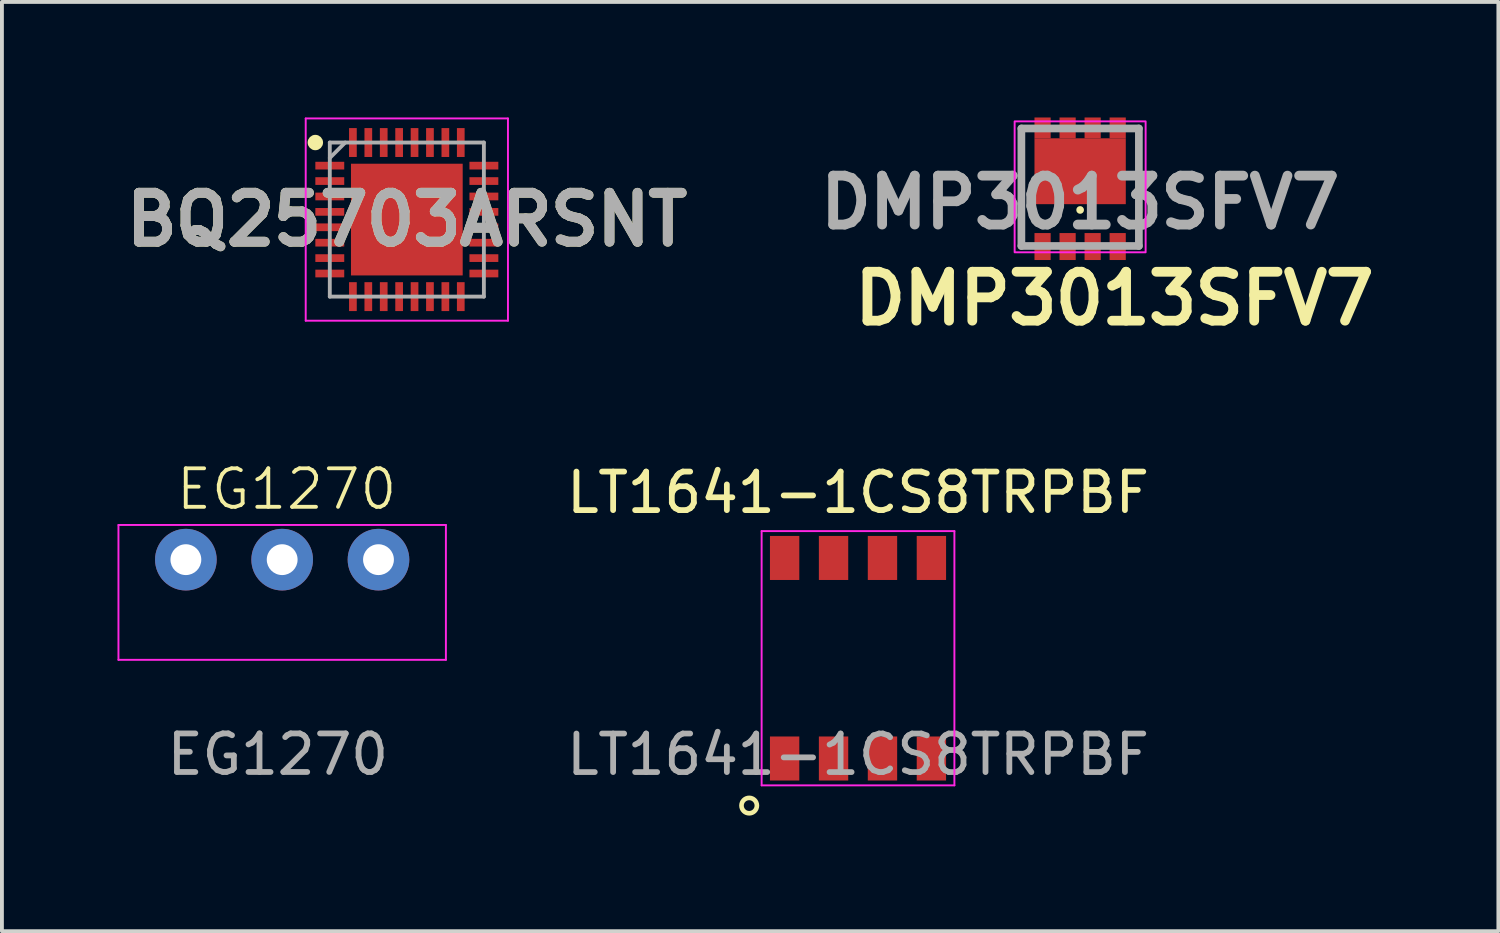
<source format=kicad_pcb>
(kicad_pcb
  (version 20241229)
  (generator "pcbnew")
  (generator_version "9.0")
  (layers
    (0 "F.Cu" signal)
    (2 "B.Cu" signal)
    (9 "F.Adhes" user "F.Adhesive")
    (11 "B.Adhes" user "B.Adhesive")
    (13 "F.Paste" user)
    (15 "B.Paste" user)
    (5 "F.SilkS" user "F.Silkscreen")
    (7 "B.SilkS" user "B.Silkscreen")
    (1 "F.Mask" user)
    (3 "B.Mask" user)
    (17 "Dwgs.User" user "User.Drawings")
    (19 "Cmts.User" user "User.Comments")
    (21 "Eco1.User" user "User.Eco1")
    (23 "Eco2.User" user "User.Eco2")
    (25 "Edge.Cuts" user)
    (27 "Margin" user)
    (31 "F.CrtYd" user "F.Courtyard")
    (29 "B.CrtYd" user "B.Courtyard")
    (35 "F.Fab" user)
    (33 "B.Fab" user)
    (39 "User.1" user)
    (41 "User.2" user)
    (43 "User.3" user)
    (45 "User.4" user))
  (footprint "LT1641-1CS8TRPBF"
    (layer "F.Cu")
    (at 19.223 14.037)
    (property "Reference" "LT1641-1CS8TRPBF" (at 0 -4.3 0) (unlocked yes) (layer "F.SilkS") (effects (font (size 1 1) (thickness 0.15))))
    (attr smd)
    (fp_circle (center -2.825 3.825) (end -2.625 3.825) (stroke (width 0.12) (type solid)) (fill no) (layer "F.SilkS"))
    (fp_line (start -2.502 -3.3) (end 2.502 -3.3) (stroke (width 0.05) (type solid)) (layer "F.CrtYd"))
    (fp_line (start -2.502 3.3) (end -2.502 -3.3) (stroke (width 0.05) (type solid)) (layer "F.CrtYd"))
    (fp_line (start 2.502 -3.3) (end 2.502 3.3) (stroke (width 0.05) (type solid)) (layer "F.CrtYd"))
    (fp_line (start 2.502 3.3) (end -2.502 3.3) (stroke (width 0.05) (type solid)) (layer "F.CrtYd"))
    (fp_text user "${REFERENCE}" (at 0 2.5 0) (unlocked yes) (layer "F.Fab") (effects (font (size 1 1) (thickness 0.15))))
    (pad "1" smd rect (at -1.905 2.603) (size 0.762 1.143) (layers "F.Cu" "F.Mask" "F.Paste"))
    (pad "2" smd rect (at -0.635 2.603) (size 0.762 1.143) (layers "F.Cu" "F.Mask" "F.Paste"))
    (pad "3" smd rect (at 0.635 2.603) (size 0.762 1.143) (layers "F.Cu" "F.Mask" "F.Paste"))
    (pad "4" smd rect (at 1.905 2.603) (size 0.762 1.143) (layers "F.Cu" "F.Mask" "F.Paste"))
    (pad "5" smd rect (at 1.905 -2.603) (size 0.762 1.143) (layers "F.Cu" "F.Mask" "F.Paste"))
    (pad "6" smd rect (at 0.635 -2.603) (size 0.762 1.143) (layers "F.Cu" "F.Mask" "F.Paste"))
    (pad "7" smd rect (at -0.635 -2.603) (size 0.762 1.143) (layers "F.Cu" "F.Mask" "F.Paste"))
    (pad "8" smd rect (at -1.905 -2.603) (size 0.762 1.143) (layers "F.Cu" "F.Mask" "F.Paste")))
  (footprint "DMP3013SFV7"
    (layer "F.Cu")
    (at 24.989 3.35)
    (property "Reference" "DMP3013SFV7" (at 0.89 1.35 0) (layer "F.SilkS") (effects (font (size 1.27 1.27) (thickness 0.254))))
    (attr smd)
    (fp_line (start -1.525 -3.08) (end -1.525 -0.015) (stroke (width 0.1) (type solid)) (layer "F.SilkS"))
    (fp_line (start 1.525 -3.065) (end 1.525 -0.015) (stroke (width 0.1) (type solid)) (layer "F.SilkS"))
    (fp_circle (center 0 -0.95) (end 0 -0.9) (stroke (width 0.1) (type default)) (fill no) (layer "F.SilkS"))
    (fp_rect (start -1.7 -3.25) (end 1.7 0.15) (stroke (width 0.05) (type default)) (fill no) (layer "F.CrtYd"))
    (fp_line (start -1.525 -3.065) (end 1.525 -3.065) (stroke (width 0.2) (type solid)) (layer "F.Fab"))
    (fp_line (start -1.525 -0.015) (end -1.525 -3.065) (stroke (width 0.2) (type solid)) (layer "F.Fab"))
    (fp_line (start 1.525 -3.065) (end 1.525 -0.015) (stroke (width 0.2) (type solid)) (layer "F.Fab"))
    (fp_line (start 1.525 -0.015) (end -1.525 -0.015) (stroke (width 0.2) (type solid)) (layer "F.Fab"))
    (fp_text user "${REFERENCE}" (at 0 -1.145 0) (layer "F.Fab") (effects (font (size 1.27 1.27) (thickness 0.254))))
    (pad "1" smd rect (at -0.975 -3.08) (size 0.42 0.54) (layers "F.Cu" "F.Mask" "F.Paste"))
    (pad "1" smd rect (at -0.325 -3.08) (size 0.42 0.54) (layers "F.Cu" "F.Mask" "F.Paste"))
    (pad "1" smd rect (at 0 -1.955 90) (size 1.71 2.37) (layers "F.Cu" "F.Mask" "F.Paste"))
    (pad "1" smd rect (at 0.325 -3.08) (size 0.42 0.54) (layers "F.Cu" "F.Mask" "F.Paste"))
    (pad "1" smd rect (at 0.975 -3.08) (size 0.42 0.54) (layers "F.Cu" "F.Mask" "F.Paste"))
    (pad "2" smd rect (at 0.975 0) (size 0.42 0.7) (layers "F.Cu" "F.Mask" "F.Paste"))
    (pad "3" smd rect (at -0.975 0) (size 0.42 0.7) (layers "F.Cu" "F.Mask" "F.Paste"))
    (pad "3" smd rect (at -0.325 0) (size 0.42 0.7) (layers "F.Cu" "F.Mask" "F.Paste"))
    (pad "3" smd rect (at 0.325 0) (size 0.42 0.7) (layers "F.Cu" "F.Mask" "F.Paste")))
  (footprint "EG1270"
    (layer "F.Cu")
    (at 1.775 11.478)
    (property "Reference" "EG1270" (at 2.616 -1.829 0) (unlocked yes) (layer "F.SilkS") (effects (font (size 1 1) (thickness 0.1))))
    (attr through_hole)
    (fp_line (start -1.75 -0.9) (end -1.75 2.6) (stroke (width 0.05) (type default)) (layer "F.CrtYd"))
    (fp_line (start -1.75 2.6) (end 6.75 2.6) (stroke (width 0.05) (type default)) (layer "F.CrtYd"))
    (fp_line (start 6.75 -0.9) (end -1.75 -0.9) (stroke (width 0.05) (type default)) (layer "F.CrtYd"))
    (fp_line (start 6.75 2.6) (end 6.75 -0.9) (stroke (width 0.05) (type default)) (layer "F.CrtYd"))
    (fp_text user "${REFERENCE}" (at 2.388 5.056 0) (unlocked yes) (layer "F.Fab") (effects (font (size 1 1) (thickness 0.15))))
    (pad "1" thru_hole circle (at 0 0) (size 1.6 1.6) (drill 0.8) (layers "*.Cu" "*.Mask"))
    (pad "2" thru_hole circle (at 2.5 0) (size 1.6 1.6) (drill 0.8) (layers "*.Cu" "*.Mask"))
    (pad "3" thru_hole circle (at 5 0) (size 1.6 1.6) (drill 0.8) (layers "*.Cu" "*.Mask")))
  (footprint "BQ25703ARSNT"
    (layer "F.Cu")
    (at 7.511 2.65)
    (property "Reference" "BQ25703ARSNT" (at 0 0 0) (layer "F.SilkS") (effects (font (size 1.27 1.27) (thickness 0.254))))
    (attr smd)
    (fp_circle (center -2.375 -2) (end -2.375 -1.9) (stroke (width 0.2) (type solid)) (fill no) (layer "F.SilkS"))
    (fp_line (start -2.625 -2.625) (end 2.625 -2.625) (stroke (width 0.05) (type solid)) (layer "F.CrtYd"))
    (fp_line (start -2.625 2.625) (end -2.625 -2.625) (stroke (width 0.05) (type solid)) (layer "F.CrtYd"))
    (fp_line (start 2.625 -2.625) (end 2.625 2.625) (stroke (width 0.05) (type solid)) (layer "F.CrtYd"))
    (fp_line (start 2.625 2.625) (end -2.625 2.625) (stroke (width 0.05) (type solid)) (layer "F.CrtYd"))
    (fp_line (start -2 -2) (end 2 -2) (stroke (width 0.1) (type solid)) (layer "F.Fab"))
    (fp_line (start -2 -1.6) (end -1.6 -2) (stroke (width 0.1) (type solid)) (layer "F.Fab"))
    (fp_line (start -2 2) (end -2 -2) (stroke (width 0.1) (type solid)) (layer "F.Fab"))
    (fp_line (start 2 -2) (end 2 2) (stroke (width 0.1) (type solid)) (layer "F.Fab"))
    (fp_line (start 2 2) (end -2 2) (stroke (width 0.1) (type solid)) (layer "F.Fab"))
    (fp_text user "${REFERENCE}" (at 0 0 0) (layer "F.Fab") (effects (font (size 1.27 1.27) (thickness 0.254))))
    (pad "1" smd rect (at -2 -1.4 90) (size 0.2 0.75) (layers "F.Cu" "F.Mask" "F.Paste"))
    (pad "2" smd rect (at -2 -1 90) (size 0.2 0.75) (layers "F.Cu" "F.Mask" "F.Paste"))
    (pad "3" smd rect (at -2 -0.6 90) (size 0.2 0.75) (layers "F.Cu" "F.Mask" "F.Paste"))
    (pad "4" smd rect (at -2 -0.2 90) (size 0.2 0.75) (layers "F.Cu" "F.Mask" "F.Paste"))
    (pad "5" smd rect (at -2 0.2 90) (size 0.2 0.75) (layers "F.Cu" "F.Mask" "F.Paste"))
    (pad "6" smd rect (at -2 0.6 90) (size 0.2 0.75) (layers "F.Cu" "F.Mask" "F.Paste"))
    (pad "7" smd rect (at -2 1 90) (size 0.2 0.75) (layers "F.Cu" "F.Mask" "F.Paste"))
    (pad "8" smd rect (at -2 1.4 90) (size 0.2 0.75) (layers "F.Cu" "F.Mask" "F.Paste"))
    (pad "9" smd rect (at -1.4 2) (size 0.2 0.75) (layers "F.Cu" "F.Mask" "F.Paste"))
    (pad "10" smd rect (at -1 2) (size 0.2 0.75) (layers "F.Cu" "F.Mask" "F.Paste"))
    (pad "11" smd rect (at -0.6 2) (size 0.2 0.75) (layers "F.Cu" "F.Mask" "F.Paste"))
    (pad "12" smd rect (at -0.2 2) (size 0.2 0.75) (layers "F.Cu" "F.Mask" "F.Paste"))
    (pad "13" smd rect (at 0.2 2) (size 0.2 0.75) (layers "F.Cu" "F.Mask" "F.Paste"))
    (pad "14" smd rect (at 0.6 2) (size 0.2 0.75) (layers "F.Cu" "F.Mask" "F.Paste"))
    (pad "15" smd rect (at 1 2) (size 0.2 0.75) (layers "F.Cu" "F.Mask" "F.Paste"))
    (pad "16" smd rect (at 1.4 2) (size 0.2 0.75) (layers "F.Cu" "F.Mask" "F.Paste"))
    (pad "17" smd rect (at 2 1.4 90) (size 0.2 0.75) (layers "F.Cu" "F.Mask" "F.Paste"))
    (pad "18" smd rect (at 2 1 90) (size 0.2 0.75) (layers "F.Cu" "F.Mask" "F.Paste"))
    (pad "19" smd rect (at 2 0.6 90) (size 0.2 0.75) (layers "F.Cu" "F.Mask" "F.Paste"))
    (pad "20" smd rect (at 2 0.2 90) (size 0.2 0.75) (layers "F.Cu" "F.Mask" "F.Paste"))
    (pad "21" smd rect (at 2 -0.2 90) (size 0.2 0.75) (layers "F.Cu" "F.Mask" "F.Paste"))
    (pad "22" smd rect (at 2 -0.6 90) (size 0.2 0.75) (layers "F.Cu" "F.Mask" "F.Paste"))
    (pad "23" smd rect (at 2 -1 90) (size 0.2 0.75) (layers "F.Cu" "F.Mask" "F.Paste"))
    (pad "24" smd rect (at 2 -1.4 90) (size 0.2 0.75) (layers "F.Cu" "F.Mask" "F.Paste"))
    (pad "25" smd rect (at 1.4 -2) (size 0.2 0.75) (layers "F.Cu" "F.Mask" "F.Paste"))
    (pad "26" smd rect (at 1 -2) (size 0.2 0.75) (layers "F.Cu" "F.Mask" "F.Paste"))
    (pad "27" smd rect (at 0.6 -2) (size 0.2 0.75) (layers "F.Cu" "F.Mask" "F.Paste"))
    (pad "28" smd rect (at 0.2 -2) (size 0.2 0.75) (layers "F.Cu" "F.Mask" "F.Paste"))
    (pad "29" smd rect (at -0.2 -2) (size 0.2 0.75) (layers "F.Cu" "F.Mask" "F.Paste"))
    (pad "30" smd rect (at -0.6 -2) (size 0.2 0.75) (layers "F.Cu" "F.Mask" "F.Paste"))
    (pad "31" smd rect (at -1 -2) (size 0.2 0.75) (layers "F.Cu" "F.Mask" "F.Paste"))
    (pad "32" smd rect (at -1.4 -2) (size 0.2 0.75) (layers "F.Cu" "F.Mask" "F.Paste"))
    (pad "33" smd rect (at 0 0) (size 2.9 2.9) (layers "F.Cu" "F.Mask" "F.Paste")))
  (gr_rect
    (start -3 -3)
    (end 35.846 21.122)
    (stroke (width 0.1) (type default))
    (fill no)
    (layer "Edge.Cuts")))
</source>
